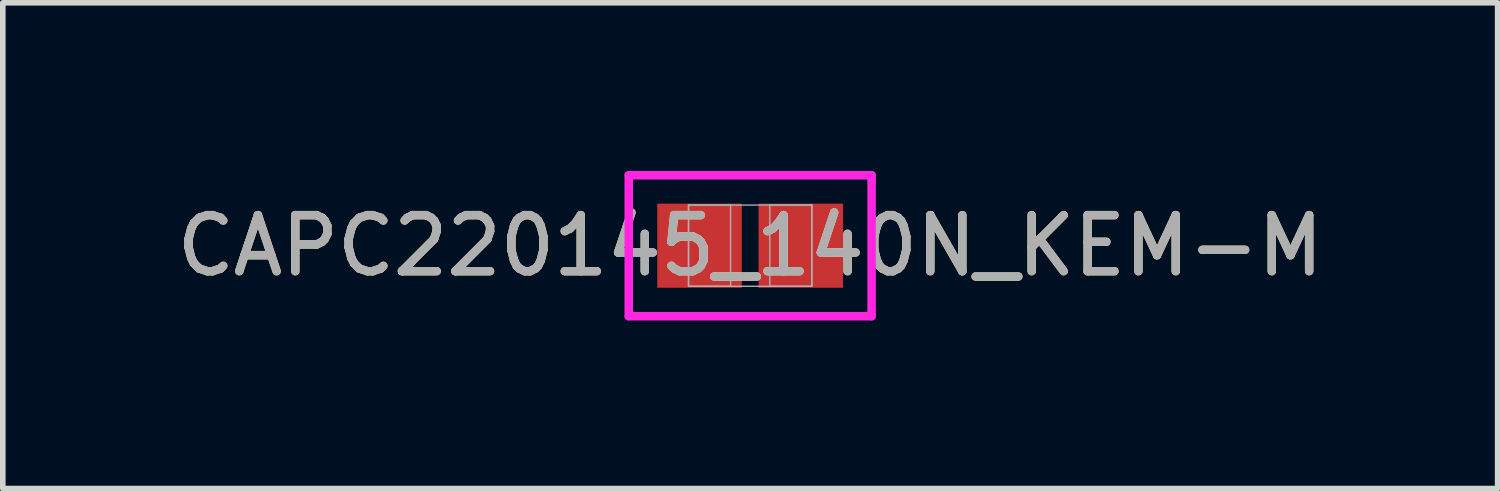
<source format=kicad_pcb>
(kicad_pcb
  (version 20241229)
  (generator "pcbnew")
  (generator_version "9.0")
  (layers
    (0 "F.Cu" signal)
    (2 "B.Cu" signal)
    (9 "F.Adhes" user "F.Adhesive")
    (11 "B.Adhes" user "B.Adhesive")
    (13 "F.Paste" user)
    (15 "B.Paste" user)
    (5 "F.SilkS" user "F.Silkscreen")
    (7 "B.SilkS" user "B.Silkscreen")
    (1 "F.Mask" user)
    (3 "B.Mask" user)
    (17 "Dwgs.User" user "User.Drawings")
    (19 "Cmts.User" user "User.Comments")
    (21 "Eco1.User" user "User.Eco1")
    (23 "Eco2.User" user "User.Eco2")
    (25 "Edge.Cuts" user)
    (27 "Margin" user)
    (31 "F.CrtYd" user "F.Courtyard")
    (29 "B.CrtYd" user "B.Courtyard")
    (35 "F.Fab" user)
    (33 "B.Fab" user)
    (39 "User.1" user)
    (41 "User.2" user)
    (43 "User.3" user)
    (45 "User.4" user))
  (footprint "CAPC220145_140N_KEM-M"
    (layer "F.Cu")
    (at 10.339 1.335)
    (property "Reference" "CAPC220145_140N_KEM-M" (at 0 0 0) (unlocked yes) (layer "F.SilkS") (effects (font (size 1 1) (thickness 0.15))))
    (attr smd)
    (fp_line (start -2.167 -1.258) (end 2.167 -1.258) (stroke (width 0.152) (type solid)) (layer "F.CrtYd"))
    (fp_line (start -2.167 1.258) (end -2.167 -1.258) (stroke (width 0.152) (type solid)) (layer "F.CrtYd"))
    (fp_line (start 2.167 -1.258) (end 2.167 1.258) (stroke (width 0.152) (type solid)) (layer "F.CrtYd"))
    (fp_line (start 2.167 1.258) (end -2.167 1.258) (stroke (width 0.152) (type solid)) (layer "F.CrtYd"))
    (fp_line (start -1.1 -0.725) (end -1.1 0.725) (stroke (width 0.025) (type solid)) (layer "F.Fab"))
    (fp_line (start -1.1 -0.725) (end -1.1 0.725) (stroke (width 0.025) (type solid)) (layer "F.Fab"))
    (fp_line (start -1.1 0.725) (end -0.35 0.725) (stroke (width 0.025) (type solid)) (layer "F.Fab"))
    (fp_line (start -1.1 0.725) (end 1.1 0.725) (stroke (width 0.025) (type solid)) (layer "F.Fab"))
    (fp_line (start -0.35 -0.725) (end -1.1 -0.725) (stroke (width 0.025) (type solid)) (layer "F.Fab"))
    (fp_line (start -0.35 0.725) (end -0.35 -0.725) (stroke (width 0.025) (type solid)) (layer "F.Fab"))
    (fp_line (start 0.35 -0.725) (end 0.35 0.725) (stroke (width 0.025) (type solid)) (layer "F.Fab"))
    (fp_line (start 0.35 0.725) (end 1.1 0.725) (stroke (width 0.025) (type solid)) (layer "F.Fab"))
    (fp_line (start 1.1 -0.725) (end -1.1 -0.725) (stroke (width 0.025) (type solid)) (layer "F.Fab"))
    (fp_line (start 1.1 -0.725) (end 0.35 -0.725) (stroke (width 0.025) (type solid)) (layer "F.Fab"))
    (fp_line (start 1.1 0.725) (end 1.1 -0.725) (stroke (width 0.025) (type solid)) (layer "F.Fab"))
    (fp_line (start 1.1 0.725) (end 1.1 -0.725) (stroke (width 0.025) (type solid)) (layer "F.Fab"))
    (fp_text user "${REFERENCE}" (at 0 0 0) (unlocked yes) (layer "F.Fab") (effects (font (size 1 1) (thickness 0.15))))
    (pad "1" smd rect (at -0.904 0) (size 1.509 1.501) (layers "F.Cu" "F.Mask" "F.Paste"))
    (pad "2" smd rect (at 0.904 0) (size 1.509 1.501) (layers "F.Cu" "F.Mask" "F.Paste"))
    (zone (net_name "") (layer "F.Cu") (hatch full 0.508) (connect_pads) (min_thickness 0.254) (filled_areas_thickness no) (keepout (tracks not_allowed) (vias not_allowed) (pads allowed) (copperpour not_allowed) (footprints allowed)) (placement (enabled no)) (fill) (polygon (pts (xy 10.24 0.66) (xy 10.438 0.66) (xy 10.438 2.009) (xy 10.24 2.009)))))
  (gr_rect
    (start -3 -3)
    (end 23.679 5.669)
    (stroke (width 0.1) (type default))
    (fill no)
    (layer "Edge.Cuts")))
</source>
